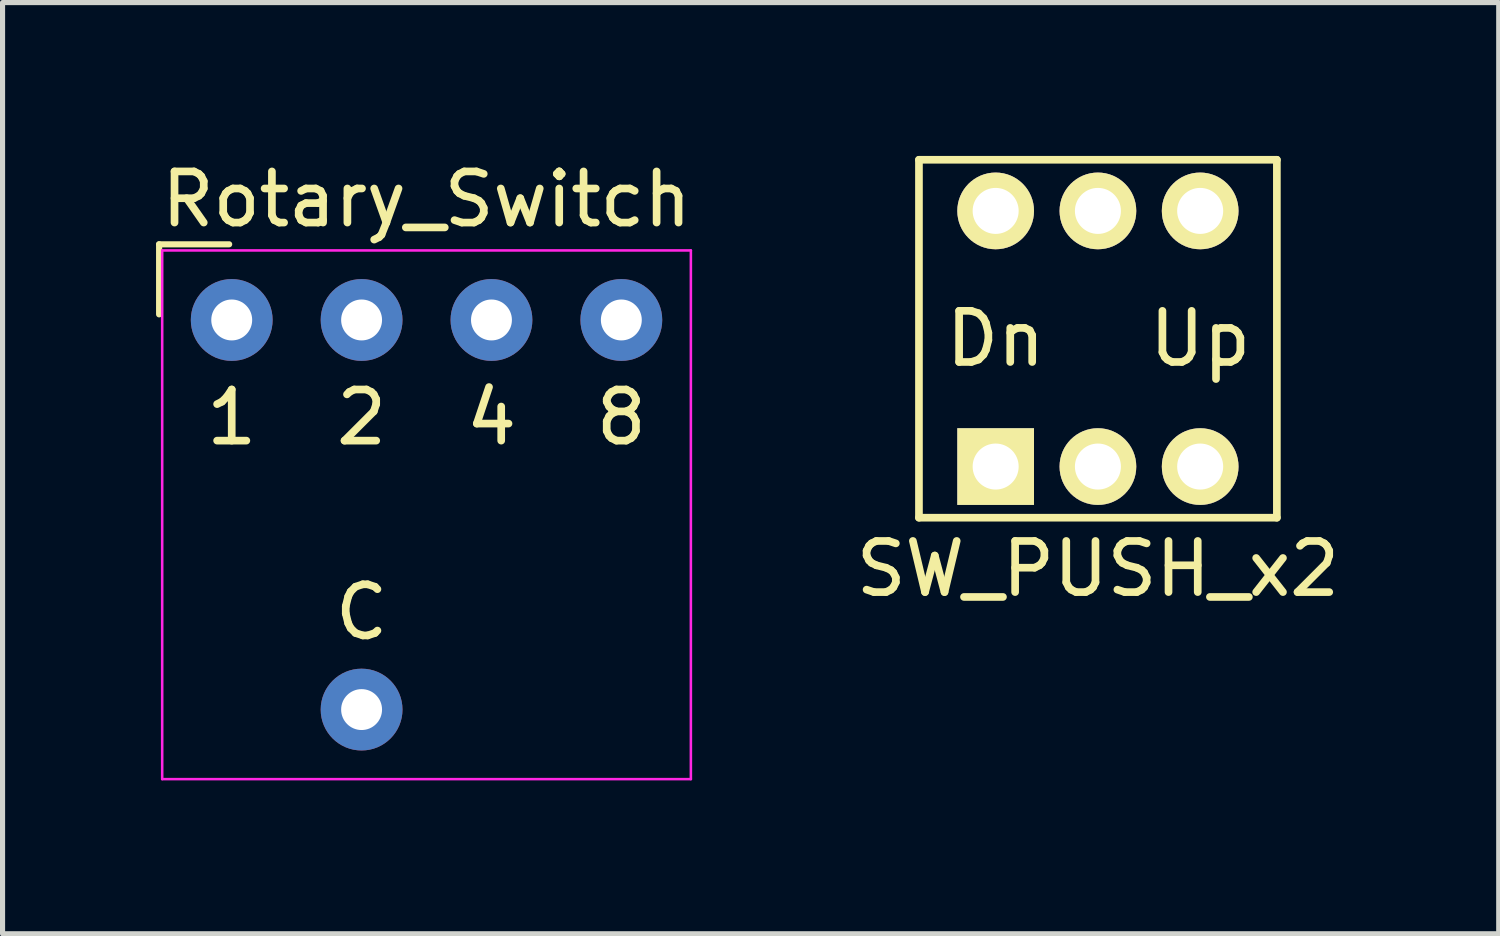
<source format=kicad_pcb>
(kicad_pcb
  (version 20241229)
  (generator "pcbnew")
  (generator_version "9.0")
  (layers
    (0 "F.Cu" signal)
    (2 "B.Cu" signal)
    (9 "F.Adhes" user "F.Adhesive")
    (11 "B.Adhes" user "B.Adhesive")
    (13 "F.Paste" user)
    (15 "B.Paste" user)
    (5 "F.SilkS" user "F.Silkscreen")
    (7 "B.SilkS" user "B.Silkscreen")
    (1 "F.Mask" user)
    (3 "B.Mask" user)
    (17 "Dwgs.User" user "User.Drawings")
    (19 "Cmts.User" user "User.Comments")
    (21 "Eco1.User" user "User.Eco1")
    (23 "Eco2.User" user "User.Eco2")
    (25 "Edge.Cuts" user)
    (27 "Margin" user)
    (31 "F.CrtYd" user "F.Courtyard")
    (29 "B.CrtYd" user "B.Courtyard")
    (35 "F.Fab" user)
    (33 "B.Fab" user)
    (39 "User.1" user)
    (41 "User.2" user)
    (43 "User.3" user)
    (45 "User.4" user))
  (footprint "Rotary_Switch"
    (layer "F.Cu")
    (at 1.482 3.208)
    (property "Reference" "Rotary_Switch" (at 3.81 -2.36 0) (layer "F.SilkS") (effects (font (size 1 1) (thickness 0.15))))
    (attr through_hole)
    (fp_line (start -1.42 -1.48) (end -0.05 -1.48) (stroke (width 0.12) (type solid)) (layer "F.SilkS"))
    (fp_line (start -1.42 -0.11) (end -1.42 -1.48) (stroke (width 0.12) (type solid)) (layer "F.SilkS"))
    (fp_line (start -1.36 -1.36) (end -1.36 8.98) (stroke (width 0.05) (type solid)) (layer "F.CrtYd"))
    (fp_line (start -1.36 8.98) (end 8.98 8.98) (stroke (width 0.05) (type solid)) (layer "F.CrtYd"))
    (fp_line (start 8.98 -1.36) (end -1.36 -1.36) (stroke (width 0.05) (type solid)) (layer "F.CrtYd"))
    (fp_line (start 8.98 8.98) (end 8.98 -1.36) (stroke (width 0.05) (type solid)) (layer "F.CrtYd"))
    (fp_text user "4" (at 5.08 1.905 0) (layer "F.SilkS") (effects (font (size 1 1) (thickness 0.15))))
    (fp_text user "1" (at 0 1.905 0) (layer "F.SilkS") (effects (font (size 1 1) (thickness 0.15))))
    (fp_text user "8" (at 7.62 1.905 0) (layer "F.SilkS") (effects (font (size 1 1) (thickness 0.15))))
    (fp_text user "C" (at 2.54 5.715 0) (layer "F.SilkS") (effects (font (size 1 1) (thickness 0.15))))
    (fp_text user "2" (at 2.54 1.905 0) (layer "F.SilkS") (effects (font (size 1 1) (thickness 0.15))))
    (pad "1" thru_hole oval (at 0 0) (size 1.6 1.6) (drill 0.8) (layers "*.Cu" "*.Mask"))
    (pad "2" thru_hole oval (at 2.54 0) (size 1.6 1.6) (drill 0.8) (layers "*.Cu" "*.Mask"))
    (pad "4" thru_hole oval (at 5.08 0) (size 1.6 1.6) (drill 0.8) (layers "*.Cu" "*.Mask"))
    (pad "8" thru_hole oval (at 7.62 0) (size 1.6 1.6) (drill 0.8) (layers "*.Cu" "*.Mask"))
    (pad "C" thru_hole oval (at 2.54 7.62) (size 1.6 1.6) (drill 0.8) (layers "*.Cu" "*.Mask")))
  (footprint "SW_PUSH_x2"
    (layer "F.Cu")
    (at 16.423 7.075)
    (property "Reference" "SW_PUSH_x2" (at 2 1 0) (layer "F.SilkS") (effects (font (size 1 1) (thickness 0.15))))
    (attr through_hole)
    (fp_line (start -1.5 -7) (end -1.5 0) (stroke (width 0.15) (type solid)) (layer "F.SilkS"))
    (fp_line (start -1.5 -7) (end 5.5 -7) (stroke (width 0.15) (type solid)) (layer "F.SilkS"))
    (fp_line (start -1.5 0) (end 5.5 0) (stroke (width 0.15) (type solid)) (layer "F.SilkS"))
    (fp_line (start 5.5 -7) (end 5.5 0) (stroke (width 0.15) (type solid)) (layer "F.SilkS"))
    (fp_text user "Up" (at 4 -3.5 0) (layer "F.SilkS") (effects (font (size 1 1) (thickness 0.15))))
    (fp_text user "Dn" (at 0 -3.5 0) (layer "F.SilkS") (effects (font (size 1 1) (thickness 0.15))))
    (pad "1" thru_hole rect (at 0 -1) (size 1.5 1.5) (drill 0.9) (layers "*.Cu" "*.Mask" "F.SilkS"))
    (pad "2" thru_hole circle (at 2 -1) (size 1.5 1.5) (drill 0.9) (layers "*.Cu" "*.Mask" "F.SilkS"))
    (pad "3" thru_hole circle (at 4 -1) (size 1.5 1.5) (drill 0.9) (layers "*.Cu" "*.Mask" "F.SilkS"))
    (pad "4" thru_hole circle (at 0 -6) (size 1.5 1.5) (drill 0.9) (layers "*.Cu" "*.Mask" "F.SilkS"))
    (pad "5" thru_hole circle (at 2 -6) (size 1.5 1.5) (drill 0.9) (layers "*.Cu" "*.Mask" "F.SilkS"))
    (pad "6" thru_hole circle (at 4 -6) (size 1.5 1.5) (drill 0.9) (layers "*.Cu" "*.Mask" "F.SilkS")))
  (gr_rect
    (start -3 -3)
    (end 26.262 15.213)
    (stroke (width 0.1) (type default))
    (fill no)
    (layer "Edge.Cuts")))
</source>
